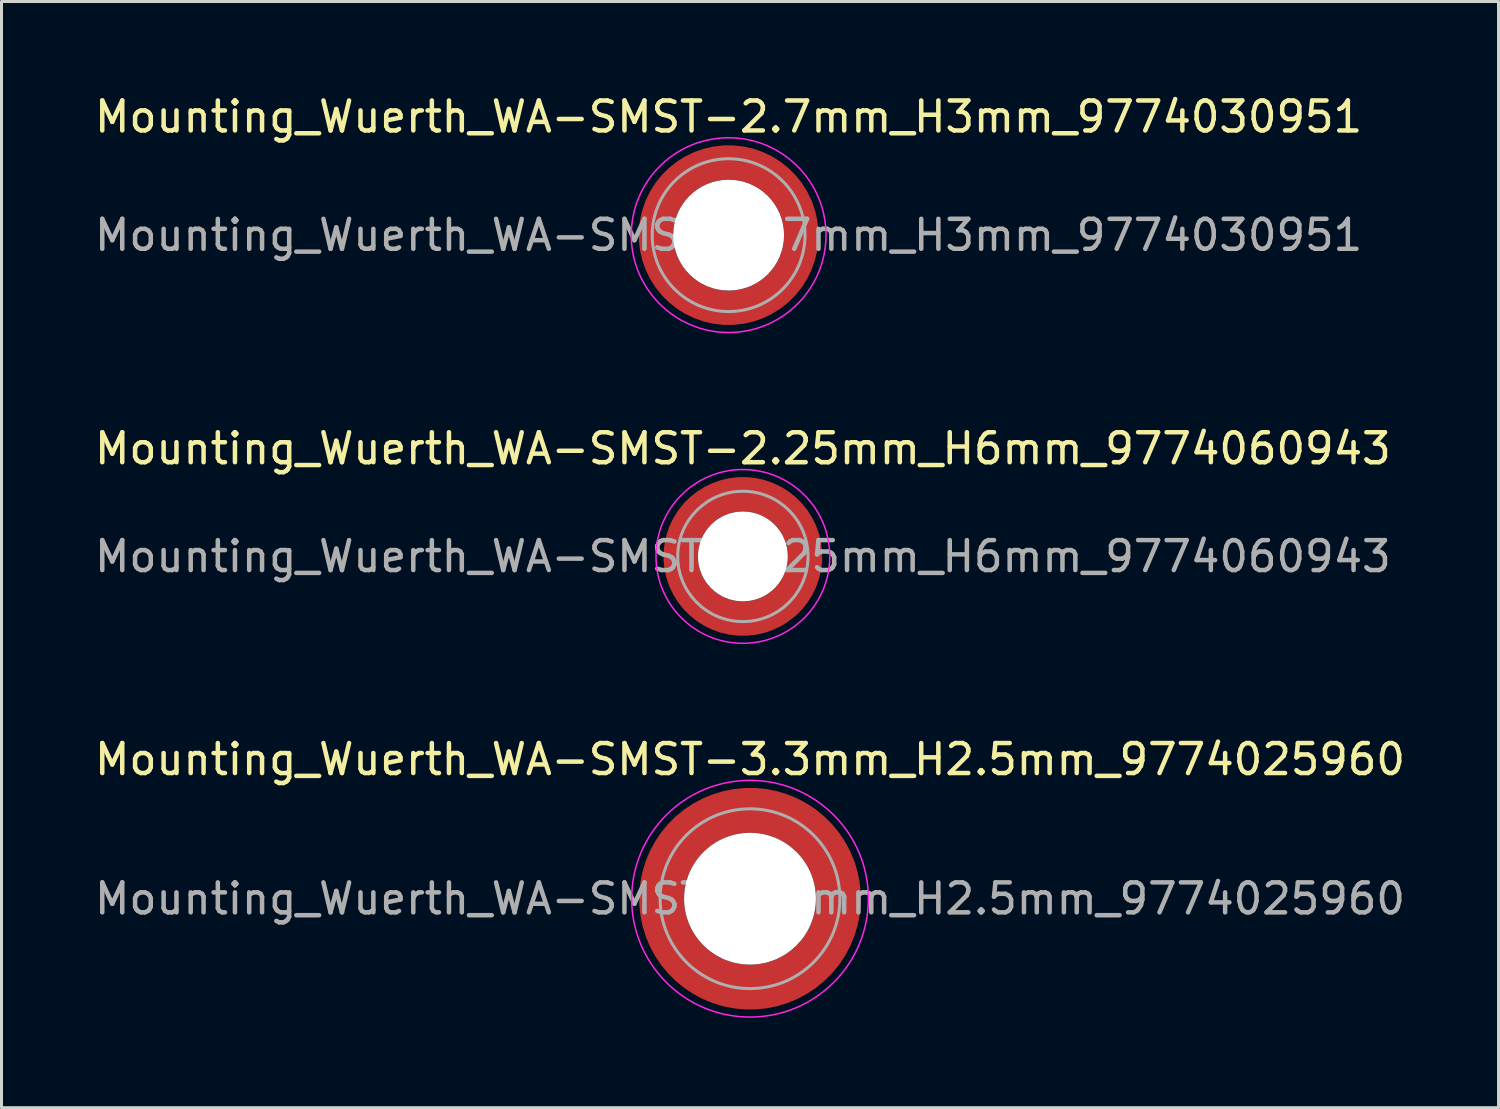
<source format=kicad_pcb>
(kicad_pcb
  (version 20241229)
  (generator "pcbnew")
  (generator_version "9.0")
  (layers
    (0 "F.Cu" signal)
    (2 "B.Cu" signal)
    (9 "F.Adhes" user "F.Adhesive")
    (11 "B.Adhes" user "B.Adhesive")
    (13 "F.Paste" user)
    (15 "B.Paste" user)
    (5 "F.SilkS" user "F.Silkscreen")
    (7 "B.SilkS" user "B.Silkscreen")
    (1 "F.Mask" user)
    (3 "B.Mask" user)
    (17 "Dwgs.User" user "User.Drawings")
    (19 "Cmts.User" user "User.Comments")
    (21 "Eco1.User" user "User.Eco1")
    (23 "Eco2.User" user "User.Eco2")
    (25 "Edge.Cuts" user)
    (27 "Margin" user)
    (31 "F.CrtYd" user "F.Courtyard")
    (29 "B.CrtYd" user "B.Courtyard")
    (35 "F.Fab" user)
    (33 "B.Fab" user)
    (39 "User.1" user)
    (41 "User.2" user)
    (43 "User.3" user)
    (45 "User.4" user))
  (footprint "Mounting_Wuerth_WA-SMST-2.25mm_H6mm_9774060943"
    (layer "F.Cu")
    (at 21.744 15.521)
    (property "Reference" "Mounting_Wuerth_WA-SMST-2.25mm_H6mm_9774060943" (at 0 -3.6 0) (layer "F.SilkS") (effects (font (size 1 1) (thickness 0.15))))
    (property "Mouser Part no." "" (at 0 0 0) (layer "F.Fab") (effects (font (size 1.27 1.27) (thickness 0.15))))
    (property "Mouser link" "" (at 0 0 0) (layer "F.Fab") (effects (font (size 1.27 1.27) (thickness 0.15))))
    (attr smd)
    (fp_circle (center 0 0) (end 2.9 0) (stroke (width 0.05) (type solid)) (fill no) (layer "F.CrtYd"))
    (fp_circle (center 0 0) (end 2.175 0) (stroke (width 0.1) (type solid)) (fill no) (layer "F.Fab"))
    (fp_text user "${REFERENCE}" (at 0 0 0) (layer "F.Fab") (effects (font (size 1 1) (thickness 0.15))))
    (pad "" smd custom (at -1.453 -1.453) (size 0.61 0.61) (layers "F.Paste") (options (anchor circle)) (primitives (gr_arc (start -0.147677 1.053104) (mid 0.285964 0.286792) (end 1.051968 -0.147393) (width 0.2)) (gr_arc (start -0.240295 1.053104) (mid 0.22253 0.222946) (end 1.052531 -0.24016) (width 0.2)) (gr_arc (start -0.332645 1.053104) (mid 0.158548 0.15965) (end 1.051583 -0.332304) (width 0.2)) (gr_arc (start -0.424767 1.053104) (mid 0.09486 0.096059) (end 1.051446 -0.424413) (width 0.2)) (gr_arc (start -0.516693 1.053104) (mid 0.031293 0.032346) (end 1.051645 -0.516396) (width 0.2)) (gr_arc (start -0.608448 1.053104) (mid -0.032323 -0.031316) (end 1.051707 -0.608176) (width 0.2)) (gr_arc (start -0.700056 1.053104) (mid -0.09616 -0.094758) (end 1.051155 -0.699693) (width 0.2)) (gr_arc (start -0.791534 1.053104) (mid -0.160388 -0.15781) (end 1.049515 -0.790891) (width 0.2)) (gr_arc (start -0.882896 1.053104) (mid -0.223713 -0.221764) (end 1.050388 -0.882429) (width 0.2)) (gr_arc (start -0.974157 1.053104) (mid -0.287654 -0.285101) (end 1.049541 -0.973567) (width 0.2)) (gr_line (start 1.053 -0.148) (end 1.053 -0.974) (width 0.2)) (gr_line (start -0.148 1.053) (end -0.974 1.053) (width 0.2))))
    (pad "" smd custom (at -1.453 1.453) (size 0.61 0.61) (layers "F.Paste") (options (anchor circle)) (primitives (gr_arc (start 1.053104 0.147677) (mid 0.286792 -0.285964) (end -0.147393 -1.051968) (width 0.2)) (gr_arc (start 1.053104 0.240295) (mid 0.222946 -0.22253) (end -0.24016 -1.052531) (width 0.2)) (gr_arc (start 1.053104 0.332645) (mid 0.15965 -0.158548) (end -0.332304 -1.051583) (width 0.2)) (gr_arc (start 1.053104 0.424767) (mid 0.096059 -0.09486) (end -0.424413 -1.051446) (width 0.2)) (gr_arc (start 1.053104 0.516693) (mid 0.032346 -0.031293) (end -0.516396 -1.051645) (width 0.2)) (gr_arc (start 1.053104 0.608448) (mid -0.031316 0.032323) (end -0.608176 -1.051707) (width 0.2)) (gr_arc (start 1.053104 0.700056) (mid -0.094758 0.09616) (end -0.699693 -1.051155) (width 0.2)) (gr_arc (start 1.053104 0.791534) (mid -0.15781 0.160388) (end -0.790891 -1.049515) (width 0.2)) (gr_arc (start 1.053104 0.882896) (mid -0.221764 0.223713) (end -0.882429 -1.050388) (width 0.2)) (gr_arc (start 1.053104 0.974157) (mid -0.285101 0.287654) (end -0.973567 -1.049541) (width 0.2)) (gr_line (start -0.148 -1.053) (end -0.974 -1.053) (width 0.2)) (gr_line (start 1.053 0.148) (end 1.053 0.974) (width 0.2))))
    (pad "" np_thru_hole circle (at 0 0) (size 3 3) (drill 3) (layers "*.Cu" "*.Mask"))
    (pad "" smd custom (at 1.453 -1.453) (size 0.61 0.61) (layers "F.Paste") (options (anchor circle)) (primitives (gr_arc (start -1.053104 -0.147677) (mid -0.286792 0.285964) (end 0.147393 1.051968) (width 0.2)) (gr_arc (start -1.053104 -0.240295) (mid -0.222946 0.22253) (end 0.24016 1.052531) (width 0.2)) (gr_arc (start -1.053104 -0.332645) (mid -0.15965 0.158548) (end 0.332304 1.051583) (width 0.2)) (gr_arc (start -1.053104 -0.424767) (mid -0.096059 0.09486) (end 0.424413 1.051446) (width 0.2)) (gr_arc (start -1.053104 -0.516693) (mid -0.032346 0.031293) (end 0.516396 1.051645) (width 0.2)) (gr_arc (start -1.053104 -0.608448) (mid 0.031316 -0.032323) (end 0.608176 1.051707) (width 0.2)) (gr_arc (start -1.053104 -0.700056) (mid 0.094758 -0.09616) (end 0.699693 1.051155) (width 0.2)) (gr_arc (start -1.053104 -0.791534) (mid 0.15781 -0.160388) (end 0.790891 1.049515) (width 0.2)) (gr_arc (start -1.053104 -0.882896) (mid 0.221764 -0.223713) (end 0.882429 1.050388) (width 0.2)) (gr_arc (start -1.053104 -0.974157) (mid 0.285101 -0.287654) (end 0.973567 1.049541) (width 0.2)) (gr_line (start 0.148 1.053) (end 0.974 1.053) (width 0.2)) (gr_line (start -1.053 -0.148) (end -1.053 -0.974) (width 0.2))))
    (pad "" smd custom (at 1.453 1.453) (size 0.61 0.61) (layers "F.Paste") (options (anchor circle)) (primitives (gr_arc (start 0.147677 -1.053104) (mid -0.285964 -0.286792) (end -1.051968 0.147393) (width 0.2)) (gr_arc (start 0.240295 -1.053104) (mid -0.22253 -0.222946) (end -1.052531 0.24016) (width 0.2)) (gr_arc (start 0.332645 -1.053104) (mid -0.158548 -0.15965) (end -1.051583 0.332304) (width 0.2)) (gr_arc (start 0.424767 -1.053104) (mid -0.09486 -0.096059) (end -1.051446 0.424413) (width 0.2)) (gr_arc (start 0.516693 -1.053104) (mid -0.031293 -0.032346) (end -1.051645 0.516396) (width 0.2)) (gr_arc (start 0.608448 -1.053104) (mid 0.032323 0.031316) (end -1.051707 0.608176) (width 0.2)) (gr_arc (start 0.700056 -1.053104) (mid 0.09616 0.094758) (end -1.051155 0.699693) (width 0.2)) (gr_arc (start 0.791534 -1.053104) (mid 0.160388 0.15781) (end -1.049515 0.790891) (width 0.2)) (gr_arc (start 0.882896 -1.053104) (mid 0.223713 0.221764) (end -1.050388 0.882429) (width 0.2)) (gr_arc (start 0.974157 -1.053104) (mid 0.287654 0.285101) (end -1.049541 0.973567) (width 0.2)) (gr_line (start -1.053 0.148) (end -1.053 0.974) (width 0.2)) (gr_line (start 0.148 -1.053) (end 0.974 -1.053) (width 0.2))))
    (pad "1" smd circle (at -2.075 0) (size 0.75 0.75) (layers "F.Cu"))
    (pad "1" smd circle (at 0 -2.075) (size 0.75 0.75) (layers "F.Cu"))
    (pad "1" smd circle (at 0 2.075) (size 0.75 0.75) (layers "F.Cu"))
    (pad "1" smd custom (at 2.075 0) (size 0.75 0.75) (layers "F.Cu" "F.Mask") (options (anchor circle)) (primitives (gr_circle (center -2.075 0) (end 0 0) (width 1.15) (fill no)))))
  (footprint "Mounting_Wuerth_WA-SMST-3.3mm_H2.5mm_9774025960"
    (layer "F.Cu")
    (at 21.982 26.945)
    (property "Reference" "Mounting_Wuerth_WA-SMST-3.3mm_H2.5mm_9774025960" (at 0 -4.65 0) (layer "F.SilkS") (effects (font (size 1 1) (thickness 0.15))))
    (property "Mouser Part no." "" (at 0 0 0) (layer "F.Fab") (effects (font (size 1.27 1.27) (thickness 0.15))))
    (property "Mouser link" "" (at 0 0 0) (layer "F.Fab") (effects (font (size 1.27 1.27) (thickness 0.15))))
    (attr smd)
    (fp_circle (center 0 0) (end 3.95 0) (stroke (width 0.05) (type solid)) (fill no) (layer "F.CrtYd"))
    (fp_circle (center 0 0) (end 3 0) (stroke (width 0.1) (type solid)) (fill no) (layer "F.Fab"))
    (fp_text user "${REFERENCE}" (at 0 0 0) (layer "F.Fab") (effects (font (size 1 1) (thickness 0.15))))
    (pad "" smd custom (at -2.058 -2.058) (size 0.7 0.7) (layers "F.Paste") (options (anchor circle)) (primitives (gr_arc (start -0.377294 1.707681) (mid 0.317579 0.318817) (end 1.705947 -0.377044) (width 0.2)) (gr_arc (start -0.478281 1.707681) (mid 0.246161 0.248814) (end 1.703965 -0.477765) (width 0.2)) (gr_arc (start -0.579192 1.707681) (mid 0.175492 0.178063) (end 1.704077 -0.578711) (width 0.2)) (gr_arc (start -0.680037 1.707681) (mid 0.105568 0.106564) (end 1.706284 -0.679858) (width 0.2)) (gr_arc (start -0.780822 1.707681) (mid 0.034627 0.036085) (end 1.705634 -0.780569) (width 0.2)) (gr_arc (start -0.881554 1.707681) (mid -0.035694 -0.035016) (end 1.706729 -0.881441) (width 0.2)) (gr_arc (start -0.982237 1.707681) (mid -0.107281 -0.10485) (end 1.704266 -0.981842) (width 0.2)) (gr_arc (start -1.082877 1.707681) (mid -0.178372 -0.175181) (end 1.703197 -1.082374) (width 0.2)) (gr_arc (start -1.183476 1.707681) (mid -0.248964 -0.246008) (end 1.703525 -1.183025) (width 0.2)) (gr_arc (start -1.28404 1.707681) (mid -0.319062 -0.317333) (end 1.70525 -1.283784) (width 0.2)) (gr_line (start 1.708 -0.377) (end 1.708 -1.284) (width 0.2)) (gr_line (start -0.377 1.708) (end -1.284 1.708) (width 0.2))))
    (pad "" smd custom (at -2.058 2.058) (size 0.7 0.7) (layers "F.Paste") (options (anchor circle)) (primitives (gr_arc (start 1.707681 0.377294) (mid 0.318817 -0.317579) (end -0.377044 -1.705947) (width 0.2)) (gr_arc (start 1.707681 0.478281) (mid 0.248814 -0.246161) (end -0.477765 -1.703965) (width 0.2)) (gr_arc (start 1.707681 0.579192) (mid 0.178063 -0.175492) (end -0.578711 -1.704077) (width 0.2)) (gr_arc (start 1.707681 0.680037) (mid 0.106564 -0.105568) (end -0.679858 -1.706284) (width 0.2)) (gr_arc (start 1.707681 0.780822) (mid 0.036085 -0.034627) (end -0.780569 -1.705634) (width 0.2)) (gr_arc (start 1.707681 0.881554) (mid -0.035016 0.035694) (end -0.881441 -1.706729) (width 0.2)) (gr_arc (start 1.707681 0.982237) (mid -0.10485 0.107281) (end -0.981842 -1.704266) (width 0.2)) (gr_arc (start 1.707681 1.082877) (mid -0.175181 0.178372) (end -1.082374 -1.703197) (width 0.2)) (gr_arc (start 1.707681 1.183476) (mid -0.246008 0.248964) (end -1.183025 -1.703525) (width 0.2)) (gr_arc (start 1.707681 1.28404) (mid -0.317333 0.319062) (end -1.283784 -1.70525) (width 0.2)) (gr_line (start -0.377 -1.708) (end -1.284 -1.708) (width 0.2)) (gr_line (start 1.708 0.377) (end 1.708 1.284) (width 0.2))))
    (pad "" np_thru_hole circle (at 0 0) (size 4.4 4.4) (drill 4.4) (layers "*.Cu" "*.Mask"))
    (pad "" smd custom (at 2.058 -2.058) (size 0.7 0.7) (layers "F.Paste") (options (anchor circle)) (primitives (gr_arc (start -1.707681 -0.377294) (mid -0.318817 0.317579) (end 0.377044 1.705947) (width 0.2)) (gr_arc (start -1.707681 -0.478281) (mid -0.248814 0.246161) (end 0.477765 1.703965) (width 0.2)) (gr_arc (start -1.707681 -0.579192) (mid -0.178063 0.175492) (end 0.578711 1.704077) (width 0.2)) (gr_arc (start -1.707681 -0.680037) (mid -0.106564 0.105568) (end 0.679858 1.706284) (width 0.2)) (gr_arc (start -1.707681 -0.780822) (mid -0.036085 0.034627) (end 0.780569 1.705634) (width 0.2)) (gr_arc (start -1.707681 -0.881554) (mid 0.035016 -0.035694) (end 0.881441 1.706729) (width 0.2)) (gr_arc (start -1.707681 -0.982237) (mid 0.10485 -0.107281) (end 0.981842 1.704266) (width 0.2)) (gr_arc (start -1.707681 -1.082877) (mid 0.175181 -0.178372) (end 1.082374 1.703197) (width 0.2)) (gr_arc (start -1.707681 -1.183476) (mid 0.246008 -0.248964) (end 1.183025 1.703525) (width 0.2)) (gr_arc (start -1.707681 -1.28404) (mid 0.317333 -0.319062) (end 1.283784 1.70525) (width 0.2)) (gr_line (start 0.377 1.708) (end 1.284 1.708) (width 0.2)) (gr_line (start -1.708 -0.377) (end -1.708 -1.284) (width 0.2))))
    (pad "" smd custom (at 2.058 2.058) (size 0.7 0.7) (layers "F.Paste") (options (anchor circle)) (primitives (gr_arc (start 0.377294 -1.707681) (mid -0.317579 -0.318817) (end -1.705947 0.377044) (width 0.2)) (gr_arc (start 0.478281 -1.707681) (mid -0.246161 -0.248814) (end -1.703965 0.477765) (width 0.2)) (gr_arc (start 0.579192 -1.707681) (mid -0.175492 -0.178063) (end -1.704077 0.578711) (width 0.2)) (gr_arc (start 0.680037 -1.707681) (mid -0.105568 -0.106564) (end -1.706284 0.679858) (width 0.2)) (gr_arc (start 0.780822 -1.707681) (mid -0.034627 -0.036085) (end -1.705634 0.780569) (width 0.2)) (gr_arc (start 0.881554 -1.707681) (mid 0.035694 0.035016) (end -1.706729 0.881441) (width 0.2)) (gr_arc (start 0.982237 -1.707681) (mid 0.107281 0.10485) (end -1.704266 0.981842) (width 0.2)) (gr_arc (start 1.082877 -1.707681) (mid 0.178372 0.175181) (end -1.703197 1.082374) (width 0.2)) (gr_arc (start 1.183476 -1.707681) (mid 0.248964 0.246008) (end -1.703525 1.183025) (width 0.2)) (gr_arc (start 1.28404 -1.707681) (mid 0.319062 0.317333) (end -1.70525 1.283784) (width 0.2)) (gr_line (start -1.708 0.377) (end -1.708 1.284) (width 0.2)) (gr_line (start 0.377 -1.708) (end 1.284 -1.708) (width 0.2))))
    (pad "1" smd circle (at -2.95 0) (size 1.1 1.1) (layers "F.Cu"))
    (pad "1" smd circle (at 0 -2.95) (size 1.1 1.1) (layers "F.Cu"))
    (pad "1" smd circle (at 0 2.95) (size 1.1 1.1) (layers "F.Cu"))
    (pad "1" smd custom (at 2.95 0) (size 1.1 1.1) (layers "F.Cu" "F.Mask") (options (anchor circle)) (primitives (gr_circle (center -2.95 0) (end 0 0) (width 1.5) (fill no)))))
  (footprint "Mounting_Wuerth_WA-SMST-2.7mm_H3mm_9774030951"
    (layer "F.Cu")
    (at 21.268 4.798)
    (property "Reference" "Mounting_Wuerth_WA-SMST-2.7mm_H3mm_9774030951" (at 0 -3.95 0) (layer "F.SilkS") (effects (font (size 1 1) (thickness 0.15))))
    (property "Mouser Part no." "" (at 0 0 0) (layer "F.Fab") (effects (font (size 1.27 1.27) (thickness 0.15))))
    (property "Mouser link" "" (at 0 0 0) (layer "F.Fab") (effects (font (size 1.27 1.27) (thickness 0.15))))
    (attr smd)
    (fp_circle (center 0 0) (end 3.25 0) (stroke (width 0.05) (type solid)) (fill no) (layer "F.CrtYd"))
    (fp_circle (center 0 0) (end 2.55 0) (stroke (width 0.1) (type solid)) (fill no) (layer "F.Fab"))
    (fp_text user "${REFERENCE}" (at 0 0 0) (layer "F.Fab") (effects (font (size 1 1) (thickness 0.15))))
    (pad "" smd custom (at -1.704 -1.704) (size 0.62 0.62) (layers "F.Paste") (options (anchor circle)) (primitives (gr_arc (start -0.250195 1.279127) (mid 0.289146 0.290681) (end 1.277006 -0.249732) (width 0.2)) (gr_arc (start -0.34334 1.279127) (mid 0.224883 0.226093) (end 1.277452 -0.342992) (width 0.2)) (gr_arc (start -0.436309 1.279127) (mid 0.160537 0.16159) (end 1.277666 -0.436018) (width 0.2)) (gr_arc (start -0.529126 1.279127) (mid 0.095932 0.097343) (end 1.277167 -0.528752) (width 0.2)) (gr_arc (start -0.621807 1.279127) (mid 0.0309 0.033527) (end 1.275473 -0.621136) (width 0.2)) (gr_arc (start -0.71437 1.279127) (mid -0.03322 -0.031206) (end 1.276322 -0.713875) (width 0.2)) (gr_arc (start -0.806826 1.279127) (mid -0.097997 -0.095278) (end 1.275336 -0.806181) (width 0.2)) (gr_arc (start -0.899187 1.279127) (mid -0.161977 -0.160149) (end 1.276577 -0.898769) (width 0.2)) (gr_arc (start -0.991463 1.279127) (mid -0.226842 -0.224133) (end 1.275343 -0.990864) (width 0.2)) (gr_arc (start -1.083663 1.279127) (mid -0.291026 -0.288801) (end 1.276016 -1.083187) (width 0.2)) (gr_line (start 1.279 -0.25) (end 1.279 -1.084) (width 0.2)) (gr_line (start -0.25 1.279) (end -1.084 1.279) (width 0.2))))
    (pad "" smd custom (at -1.704 1.704) (size 0.62 0.62) (layers "F.Paste") (options (anchor circle)) (primitives (gr_arc (start 1.279127 0.250195) (mid 0.290681 -0.289146) (end -0.249732 -1.277006) (width 0.2)) (gr_arc (start 1.279127 0.34334) (mid 0.226093 -0.224883) (end -0.342992 -1.277452) (width 0.2)) (gr_arc (start 1.279127 0.436309) (mid 0.16159 -0.160537) (end -0.436018 -1.277666) (width 0.2)) (gr_arc (start 1.279127 0.529126) (mid 0.097343 -0.095932) (end -0.528752 -1.277167) (width 0.2)) (gr_arc (start 1.279127 0.621807) (mid 0.033527 -0.0309) (end -0.621136 -1.275473) (width 0.2)) (gr_arc (start 1.279127 0.71437) (mid -0.031206 0.03322) (end -0.713875 -1.276322) (width 0.2)) (gr_arc (start 1.279127 0.806826) (mid -0.095278 0.097997) (end -0.806181 -1.275336) (width 0.2)) (gr_arc (start 1.279127 0.899187) (mid -0.160149 0.161977) (end -0.898769 -1.276577) (width 0.2)) (gr_arc (start 1.279127 0.991463) (mid -0.224133 0.226842) (end -0.990864 -1.275343) (width 0.2)) (gr_arc (start 1.279127 1.083663) (mid -0.288801 0.291026) (end -1.083187 -1.276016) (width 0.2)) (gr_line (start -0.25 -1.279) (end -1.084 -1.279) (width 0.2)) (gr_line (start 1.279 0.25) (end 1.279 1.084) (width 0.2))))
    (pad "" np_thru_hole circle (at 0 0) (size 3.7 3.7) (drill 3.7) (layers "*.Cu" "*.Mask"))
    (pad "" smd custom (at 1.704 -1.704) (size 0.62 0.62) (layers "F.Paste") (options (anchor circle)) (primitives (gr_arc (start -1.279127 -0.250195) (mid -0.290681 0.289146) (end 0.249732 1.277006) (width 0.2)) (gr_arc (start -1.279127 -0.34334) (mid -0.226093 0.224883) (end 0.342992 1.277452) (width 0.2)) (gr_arc (start -1.279127 -0.436309) (mid -0.16159 0.160537) (end 0.436018 1.277666) (width 0.2)) (gr_arc (start -1.279127 -0.529126) (mid -0.097343 0.095932) (end 0.528752 1.277167) (width 0.2)) (gr_arc (start -1.279127 -0.621807) (mid -0.033527 0.0309) (end 0.621136 1.275473) (width 0.2)) (gr_arc (start -1.279127 -0.71437) (mid 0.031206 -0.03322) (end 0.713875 1.276322) (width 0.2)) (gr_arc (start -1.279127 -0.806826) (mid 0.095278 -0.097997) (end 0.806181 1.275336) (width 0.2)) (gr_arc (start -1.279127 -0.899187) (mid 0.160149 -0.161977) (end 0.898769 1.276577) (width 0.2)) (gr_arc (start -1.279127 -0.991463) (mid 0.224133 -0.226842) (end 0.990864 1.275343) (width 0.2)) (gr_arc (start -1.279127 -1.083663) (mid 0.288801 -0.291026) (end 1.083187 1.276016) (width 0.2)) (gr_line (start 0.25 1.279) (end 1.084 1.279) (width 0.2)) (gr_line (start -1.279 -0.25) (end -1.279 -1.084) (width 0.2))))
    (pad "" smd custom (at 1.704 1.704) (size 0.62 0.62) (layers "F.Paste") (options (anchor circle)) (primitives (gr_arc (start 0.250195 -1.279127) (mid -0.289146 -0.290681) (end -1.277006 0.249732) (width 0.2)) (gr_arc (start 0.34334 -1.279127) (mid -0.224883 -0.226093) (end -1.277452 0.342992) (width 0.2)) (gr_arc (start 0.436309 -1.279127) (mid -0.160537 -0.16159) (end -1.277666 0.436018) (width 0.2)) (gr_arc (start 0.529126 -1.279127) (mid -0.095932 -0.097343) (end -1.277167 0.528752) (width 0.2)) (gr_arc (start 0.621807 -1.279127) (mid -0.0309 -0.033527) (end -1.275473 0.621136) (width 0.2)) (gr_arc (start 0.71437 -1.279127) (mid 0.03322 0.031206) (end -1.276322 0.713875) (width 0.2)) (gr_arc (start 0.806826 -1.279127) (mid 0.097997 0.095278) (end -1.275336 0.806181) (width 0.2)) (gr_arc (start 0.899187 -1.279127) (mid 0.161977 0.160149) (end -1.276577 0.898769) (width 0.2)) (gr_arc (start 0.991463 -1.279127) (mid 0.226842 0.224133) (end -1.275343 0.990864) (width 0.2)) (gr_arc (start 1.083663 -1.279127) (mid 0.291026 0.288801) (end -1.276016 1.083187) (width 0.2)) (gr_line (start -1.279 0.25) (end -1.279 1.084) (width 0.2)) (gr_line (start 0.25 -1.279) (end 1.084 -1.279) (width 0.2))))
    (pad "1" smd circle (at -2.425 0) (size 0.75 0.75) (layers "F.Cu"))
    (pad "1" smd circle (at 0 -2.425) (size 0.75 0.75) (layers "F.Cu"))
    (pad "1" smd circle (at 0 2.425) (size 0.75 0.75) (layers "F.Cu"))
    (pad "1" smd custom (at 2.425 0) (size 0.75 0.75) (layers "F.Cu" "F.Mask") (options (anchor circle)) (primitives (gr_circle (center -2.425 0) (end 0 0) (width 1.15) (fill no)))))
  (gr_rect
    (start -3 -3)
    (end 46.964 33.92)
    (stroke (width 0.1) (type default))
    (fill no)
    (layer "Edge.Cuts")))
</source>
